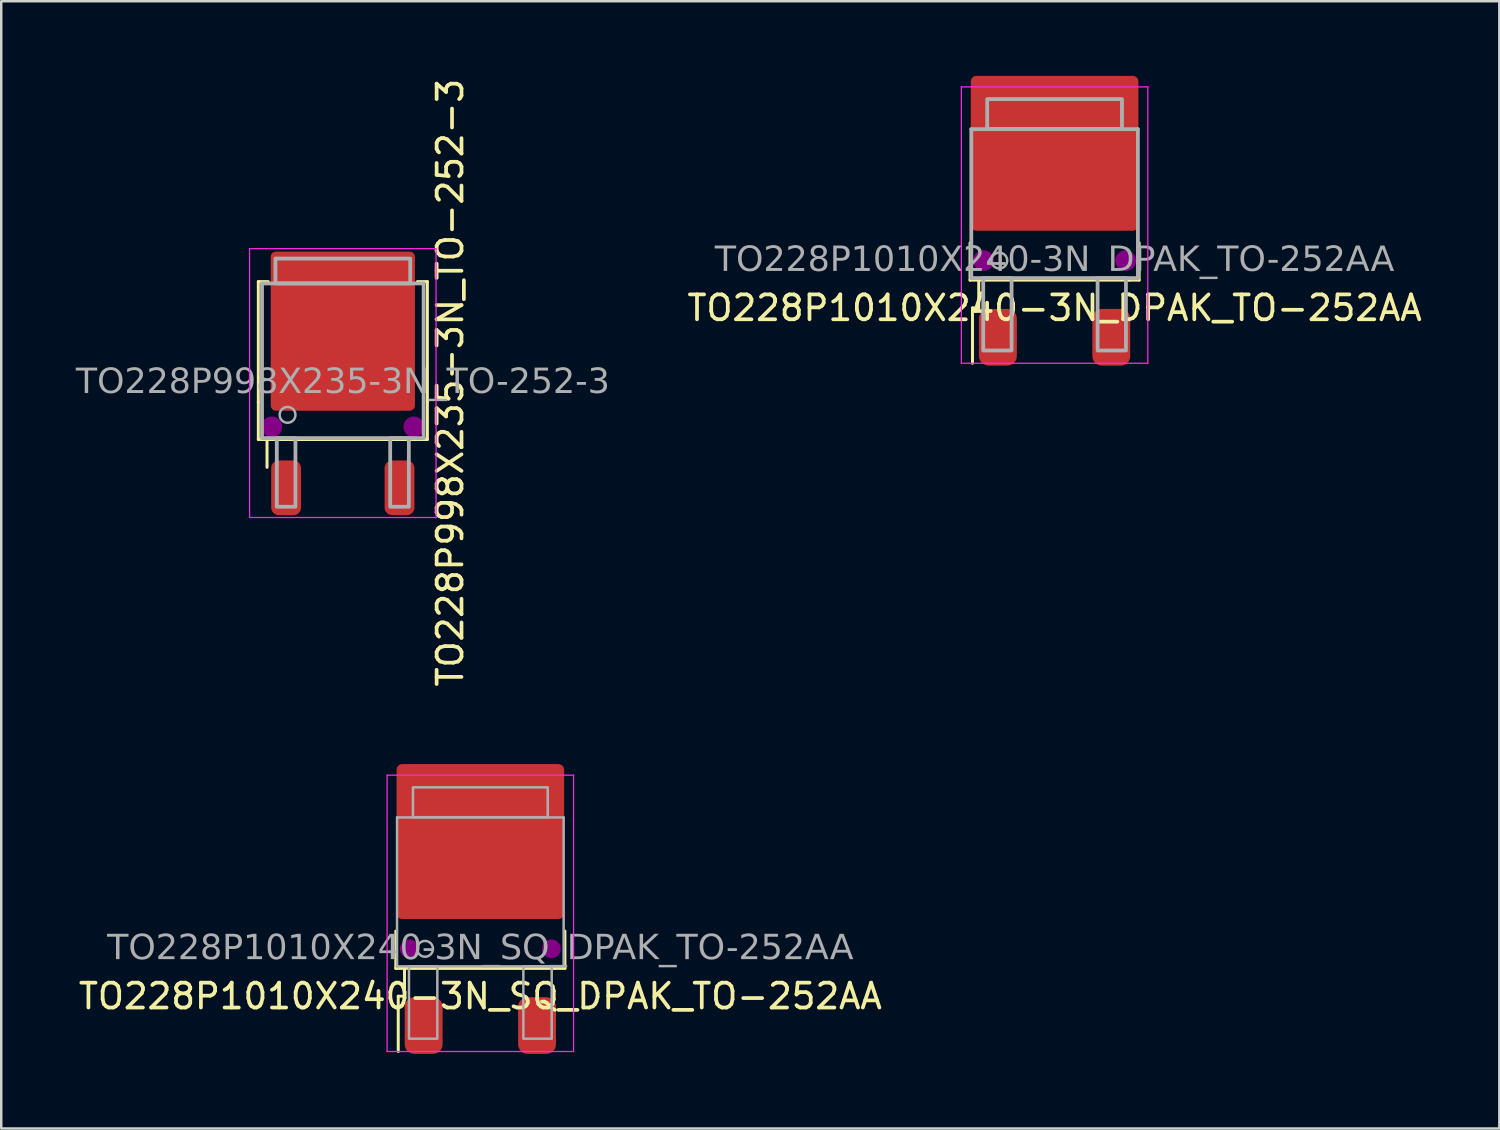
<source format=kicad_pcb>
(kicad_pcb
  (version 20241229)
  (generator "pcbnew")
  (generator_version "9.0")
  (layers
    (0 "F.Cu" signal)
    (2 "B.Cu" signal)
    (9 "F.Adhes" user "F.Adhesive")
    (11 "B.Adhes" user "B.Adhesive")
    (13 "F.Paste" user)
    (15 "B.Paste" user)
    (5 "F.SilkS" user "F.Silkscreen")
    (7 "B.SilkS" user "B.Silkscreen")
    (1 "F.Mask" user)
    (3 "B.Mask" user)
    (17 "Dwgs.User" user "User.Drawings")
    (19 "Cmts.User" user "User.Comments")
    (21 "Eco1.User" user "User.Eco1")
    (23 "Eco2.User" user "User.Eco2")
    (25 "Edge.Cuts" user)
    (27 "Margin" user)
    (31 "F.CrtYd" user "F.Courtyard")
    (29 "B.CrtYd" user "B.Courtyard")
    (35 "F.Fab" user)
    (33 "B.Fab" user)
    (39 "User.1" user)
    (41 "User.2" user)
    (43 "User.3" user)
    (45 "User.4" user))
  (footprint "TO228P998X235-3N_TO-252-3"
    (layer "F.Cu")
    (at 10.737 12.339)
    (property "Reference" "TO228P998X235-3N_TO-252-3" (at 4.318 0 90) (layer "F.SilkS") (effects (font (size 1 1) (thickness 0.15))))
    (attr smd)
    (fp_line (start -3.398 -4.064) (end -2.998 -4.064) (stroke (width 0.12) (type solid)) (layer "F.SilkS"))
    (fp_line (start -3.398 0.786) (end -3.398 -4.064) (stroke (width 0.12) (type solid)) (layer "F.SilkS"))
    (fp_line (start -3.398 2.286) (end -3.398 0.786) (stroke (width 0.12) (type solid)) (layer "F.SilkS"))
    (fp_line (start -3.048 2.286) (end -3.398 2.286) (stroke (width 0.12) (type solid)) (layer "F.SilkS"))
    (fp_line (start -3.048 2.286) (end -3.048 3.406) (stroke (width 0.12) (type solid)) (layer "F.SilkS"))
    (fp_line (start 3 2.286) (end -3.048 2.286) (stroke (width 0.12) (type solid)) (layer "F.SilkS"))
    (fp_line (start 3.4 -4.064) (end 3 -4.064) (stroke (width 0.12) (type solid)) (layer "F.SilkS"))
    (fp_line (start 3.4 0.786) (end 3.4 -4.064) (stroke (width 0.12) (type solid)) (layer "F.SilkS"))
    (fp_line (start 3.4 0.786) (end 3.4 2.286) (stroke (width 0.12) (type solid)) (layer "F.SilkS"))
    (fp_line (start 3.4 2.286) (end 3 2.286) (stroke (width 0.12) (type solid)) (layer "F.SilkS"))
    (fp_circle (center -2.857 1.778) (end -2.54 1.778) (stroke (width 0.203) (type solid)) (fill yes) (layer "F.Adhes"))
    (fp_circle (center 2.857 1.778) (end 3.175 1.778) (stroke (width 0.203) (type solid)) (fill yes) (layer "F.Adhes"))
    (fp_line (start -3.75 -5.39) (end -3.75 5.423) (stroke (width 0.05) (type solid)) (layer "F.CrtYd"))
    (fp_line (start -3.75 -5.39) (end 3.75 -5.39) (stroke (width 0.05) (type solid)) (layer "F.CrtYd"))
    (fp_line (start 3.75 5.423) (end -3.75 5.423) (stroke (width 0.05) (type solid)) (layer "F.CrtYd"))
    (fp_line (start 3.75 5.423) (end 3.75 -5.39) (stroke (width 0.05) (type solid)) (layer "F.CrtYd"))
    (fp_line (start -3.25 -3.99) (end -3.25 2.23) (stroke (width 0.152) (type solid)) (layer "F.Fab"))
    (fp_line (start 3.25 -3.99) (end -3.25 -3.99) (stroke (width 0.152) (type solid)) (layer "F.Fab"))
    (fp_line (start 3.25 2.23) (end -3.25 2.23) (stroke (width 0.152) (type solid)) (layer "F.Fab"))
    (fp_line (start 3.25 2.23) (end 3.25 -3.99) (stroke (width 0.152) (type solid)) (layer "F.Fab"))
    (fp_rect (start -2.71 -4.99) (end 2.71 -3.99) (stroke (width 0.152) (type solid)) (fill no) (layer "F.Fab"))
    (fp_rect (start -2.655 2.23) (end -1.905 4.99) (stroke (width 0.152) (type solid)) (fill no) (layer "F.Fab"))
    (fp_rect (start 1.905 2.23) (end 2.655 4.99) (stroke (width 0.152) (type solid)) (fill no) (layer "F.Fab"))
    (fp_circle (center -2.223 1.295) (end -1.905 1.295) (stroke (width 0.1) (type solid)) (fill no) (layer "F.Fab"))
    (fp_text user "${REFERENCE}" (at 0 0 180) (layer "F.Fab") (effects (font (face "Tahoma") (size 1 1) (thickness 0.15))))
    (pad "" smd rect (at -1.5 -3.72) (size 2.7 3) (property pad_prop_heatsink) (layers "F.Paste"))
    (pad "" smd rect (at -1.5 -0.42) (size 2.7 3) (property pad_prop_heatsink) (layers "F.Paste"))
    (pad "" smd rect (at 1.5 -3.72) (size 2.7 3) (property pad_prop_heatsink) (layers "F.Paste"))
    (pad "" smd rect (at 1.5 -0.42) (size 2.7 3) (property pad_prop_heatsink) (layers "F.Paste"))
    (pad "1" smd roundrect (at -2.28 4.23) (size 1.2 2.2) (layers "F.Cu" "F.Mask" "F.Paste") (roundrect_rratio 0.25))
    (pad "3" smd roundrect (at 2.28 4.23) (size 1.2 2.2) (layers "F.Cu" "F.Mask" "F.Paste") (roundrect_rratio 0.25))
    (pad "4" smd roundrect (at 0 -2.07) (size 5.8 6.4) (layers "F.Cu" "F.Mask") (roundrect_rratio 0.036)))
  (footprint "TO228P1010X240-3N_SQ_DPAK_TO-252AA"
    (layer "F.Cu")
    (at 16.268 32.569)
    (property "Reference" "TO228P1010X240-3N_SQ_DPAK_TO-252AA" (at 0 4.445 0) (layer "F.SilkS") (effects (font (size 1 1) (thickness 0.15))))
    (attr smd)
    (fp_line (start -3.4 3.325) (end -3.4 1.825) (stroke (width 0.12) (type solid)) (layer "F.SilkS"))
    (fp_line (start -3.302 4.445) (end -3.05 4.445) (stroke (width 0.12) (type solid)) (layer "F.SilkS"))
    (fp_line (start -3.302 6.668) (end -3.302 4.445) (stroke (width 0.12) (type solid)) (layer "F.SilkS"))
    (fp_line (start -3.05 3.325) (end -3.4 3.325) (stroke (width 0.12) (type solid)) (layer "F.SilkS"))
    (fp_line (start -3.05 3.325) (end -3.05 4.445) (stroke (width 0.12) (type solid)) (layer "F.SilkS"))
    (fp_line (start 3 3.325) (end -3.05 3.325) (stroke (width 0.12) (type solid)) (layer "F.SilkS"))
    (fp_line (start 3.4 1.825) (end 3.4 3.325) (stroke (width 0.12) (type solid)) (layer "F.SilkS"))
    (fp_line (start 3.4 3.325) (end 3 3.325) (stroke (width 0.12) (type solid)) (layer "F.SilkS"))
    (fp_circle (center -2.857 2.54) (end -2.54 2.54) (stroke (width 0.12) (type solid)) (fill yes) (layer "F.Adhes"))
    (fp_circle (center 2.857 2.54) (end 3.175 2.54) (stroke (width 0.12) (type solid)) (fill yes) (layer "F.Adhes"))
    (fp_line (start -3.75 -4.445) (end -3.75 6.668) (stroke (width 0.05) (type solid)) (layer "F.CrtYd"))
    (fp_line (start -3.75 -4.445) (end 3.75 -4.445) (stroke (width 0.05) (type solid)) (layer "F.CrtYd"))
    (fp_line (start 3.75 6.668) (end -3.75 6.668) (stroke (width 0.05) (type solid)) (layer "F.CrtYd"))
    (fp_line (start 3.75 6.668) (end 3.75 -4.445) (stroke (width 0.05) (type solid)) (layer "F.CrtYd"))
    (fp_line (start -3.35 -2.745) (end -3.35 3.245) (stroke (width 0.1) (type solid)) (layer "F.Fab"))
    (fp_line (start 3.35 -2.745) (end -3.35 -2.745) (stroke (width 0.1) (type solid)) (layer "F.Fab"))
    (fp_line (start 3.35 3.245) (end -3.35 3.245) (stroke (width 0.1) (type solid)) (layer "F.Fab"))
    (fp_line (start 3.35 3.245) (end 3.35 -2.745) (stroke (width 0.1) (type solid)) (layer "F.Fab"))
    (fp_rect (start -2.87 3.245) (end -1.73 6.155) (stroke (width 0.1) (type solid)) (fill no) (layer "F.Fab"))
    (fp_rect (start -2.71 -3.955) (end 2.71 -2.755) (stroke (width 0.1) (type solid)) (fill no) (layer "F.Fab"))
    (fp_rect (start 1.73 3.245) (end 2.87 6.155) (stroke (width 0.1) (type solid)) (fill no) (layer "F.Fab"))
    (fp_circle (center -2.223 2.54) (end -1.905 2.54) (stroke (width 0.1) (type solid)) (fill no) (layer "F.Fab"))
    (fp_text user "${REFERENCE}" (at 0 2.54 180) (layer "F.Fab") (effects (font (face "Tahoma") (size 1 1) (thickness 0.15))))
    (pad "1" smd roundrect (at -2.28 5.625) (size 1.524 2.28) (layers "F.Cu" "F.Mask" "F.Paste") (roundrect_rratio 0.25))
    (pad "3" smd roundrect (at 2.28 5.625) (size 1.524 2.28) (layers "F.Cu" "F.Mask" "F.Paste") (roundrect_rratio 0.25))
    (pad "4" smd roundrect (at 0 -1.775) (size 6.74 6.23) (layers "F.Cu" "F.Mask" "F.Paste") (roundrect_rratio 0.036)))
  (footprint "TO228P1010X240-3N_DPAK_TO-252AA"
    (layer "F.Cu")
    (at 39.362 4.89)
    (property "Reference" "TO228P1010X240-3N_DPAK_TO-252AA" (at 0 4.445 0) (layer "F.SilkS") (effects (font (size 1 1) (thickness 0.15))))
    (attr smd)
    (fp_line (start -3.4 3.325) (end -3.4 1.825) (stroke (width 0.12) (type solid)) (layer "F.SilkS"))
    (fp_line (start -3.302 4.445) (end -3.05 4.445) (stroke (width 0.12) (type solid)) (layer "F.SilkS"))
    (fp_line (start -3.302 6.668) (end -3.302 4.445) (stroke (width 0.12) (type solid)) (layer "F.SilkS"))
    (fp_line (start -3.05 3.325) (end -3.4 3.325) (stroke (width 0.12) (type solid)) (layer "F.SilkS"))
    (fp_line (start -3.05 3.325) (end -3.05 4.445) (stroke (width 0.12) (type solid)) (layer "F.SilkS"))
    (fp_line (start 3 3.325) (end -3.05 3.325) (stroke (width 0.12) (type solid)) (layer "F.SilkS"))
    (fp_line (start 3.4 1.825) (end 3.4 3.325) (stroke (width 0.12) (type solid)) (layer "F.SilkS"))
    (fp_line (start 3.4 3.325) (end 3 3.325) (stroke (width 0.12) (type solid)) (layer "F.SilkS"))
    (fp_circle (center -2.857 2.54) (end -2.54 2.54) (stroke (width 0.203) (type solid)) (fill yes) (layer "F.Adhes"))
    (fp_circle (center 2.857 2.54) (end 3.175 2.54) (stroke (width 0.203) (type solid)) (fill yes) (layer "F.Adhes"))
    (fp_line (start -3.75 -4.445) (end -3.75 6.668) (stroke (width 0.05) (type solid)) (layer "F.CrtYd"))
    (fp_line (start -3.75 -4.445) (end 3.75 -4.445) (stroke (width 0.05) (type solid)) (layer "F.CrtYd"))
    (fp_line (start 3.75 6.668) (end -3.75 6.668) (stroke (width 0.05) (type solid)) (layer "F.CrtYd"))
    (fp_line (start 3.75 6.668) (end 3.75 -4.445) (stroke (width 0.05) (type solid)) (layer "F.CrtYd"))
    (fp_line (start -3.35 -2.745) (end -3.35 3.245) (stroke (width 0.152) (type solid)) (layer "F.Fab"))
    (fp_line (start 3.35 -2.745) (end -3.35 -2.745) (stroke (width 0.152) (type solid)) (layer "F.Fab"))
    (fp_line (start 3.35 3.245) (end -3.35 3.245) (stroke (width 0.152) (type solid)) (layer "F.Fab"))
    (fp_line (start 3.35 3.245) (end 3.35 -2.745) (stroke (width 0.152) (type solid)) (layer "F.Fab"))
    (fp_rect (start -2.87 3.245) (end -1.73 6.155) (stroke (width 0.152) (type solid)) (fill no) (layer "F.Fab"))
    (fp_rect (start -2.71 -3.955) (end 2.71 -2.755) (stroke (width 0.152) (type solid)) (fill no) (layer "F.Fab"))
    (fp_rect (start 1.73 3.245) (end 2.87 6.155) (stroke (width 0.152) (type solid)) (fill no) (layer "F.Fab"))
    (fp_circle (center -2.223 2.54) (end -1.905 2.54) (stroke (width 0.1) (type solid)) (fill no) (layer "F.Fab"))
    (fp_text user "${REFERENCE}" (at 0 2.54 180) (layer "F.Fab") (effects (font (face "Tahoma") (size 1 1) (thickness 0.15))))
    (pad "1" smd roundrect (at -2.28 5.625) (size 1.524 2.28) (layers "F.Cu" "F.Mask" "F.Paste") (roundrect_rratio 0.25))
    (pad "3" smd roundrect (at 2.28 5.625) (size 1.524 2.28) (layers "F.Cu" "F.Mask" "F.Paste") (roundrect_rratio 0.25))
    (pad "4" smd roundrect (at 0 -1.775) (size 6.74 6.23) (layers "F.Cu" "F.Mask" "F.Paste") (roundrect_rratio 0.036)))
  (gr_rect
    (start -3 -3)
    (end 57.249 42.334)
    (stroke (width 0.1) (type default))
    (fill no)
    (layer "Edge.Cuts")))
</source>
